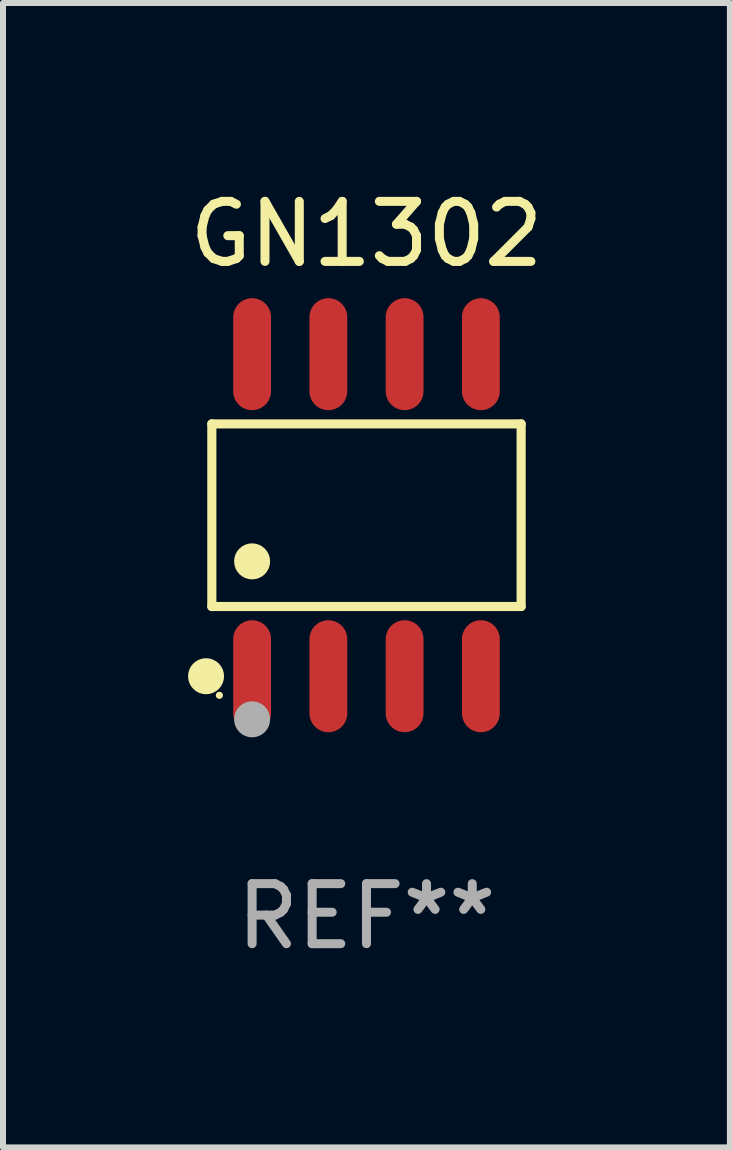
<source format=kicad_pcb>
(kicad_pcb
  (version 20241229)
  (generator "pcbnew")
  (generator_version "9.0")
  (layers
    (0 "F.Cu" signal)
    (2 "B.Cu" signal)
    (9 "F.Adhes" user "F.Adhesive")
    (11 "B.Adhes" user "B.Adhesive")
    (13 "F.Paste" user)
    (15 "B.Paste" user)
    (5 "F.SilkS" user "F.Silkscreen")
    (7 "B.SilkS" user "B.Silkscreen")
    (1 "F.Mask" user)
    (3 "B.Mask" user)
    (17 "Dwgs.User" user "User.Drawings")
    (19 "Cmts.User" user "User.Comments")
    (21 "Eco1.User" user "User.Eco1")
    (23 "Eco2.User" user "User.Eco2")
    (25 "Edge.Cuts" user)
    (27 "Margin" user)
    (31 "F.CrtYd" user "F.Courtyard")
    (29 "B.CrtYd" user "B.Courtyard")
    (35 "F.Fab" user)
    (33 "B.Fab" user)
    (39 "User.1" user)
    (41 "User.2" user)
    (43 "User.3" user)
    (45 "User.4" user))
  (footprint "GN1302"
    (layer "F.Cu")
    (at 3.054 5.531)
    (property "Reference" "GN1302" (at 0 -4.682 0) (layer "F.SilkS") (effects (font (size 1 1) (thickness 0.15))))
    (attr through_hole)
    (fp_line (start -2.576 -1.521) (end 2.576 -1.521) (stroke (width 0.152) (type solid)) (layer "F.SilkS"))
    (fp_line (start -2.576 1.521) (end -2.576 -1.521) (stroke (width 0.152) (type solid)) (layer "F.SilkS"))
    (fp_line (start 2.576 -1.521) (end 2.576 1.521) (stroke (width 0.152) (type solid)) (layer "F.SilkS"))
    (fp_line (start 2.576 1.521) (end -2.576 1.521) (stroke (width 0.152) (type solid)) (layer "F.SilkS"))
    (fp_circle (center -2.672 2.682) (end -2.522 2.682) (stroke (width 0.3) (type solid)) (fill no) (layer "F.SilkS"))
    (fp_circle (center -2.45 3) (end -2.42 3) (stroke (width 0.06) (type solid)) (fill no) (layer "F.SilkS"))
    (fp_circle (center -1.905 0.769) (end -1.755 0.769) (stroke (width 0.3) (type solid)) (fill no) (layer "F.SilkS"))
    (fp_circle (center -1.905 3.4) (end -1.755 3.4) (stroke (width 0.3) (type solid)) (fill no) (layer "F.Fab"))
    (fp_text user "REF**" (at 0 6.682 0) (layer "F.Fab") (effects (font (size 1 1) (thickness 0.15))))
    (pad "1" smd oval (at -1.905 2.682) (size 0.63 1.865) (layers "F.Cu" "F.Mask" "F.Paste"))
    (pad "2" smd oval (at -0.635 2.682) (size 0.63 1.865) (layers "F.Cu" "F.Mask" "F.Paste"))
    (pad "3" smd oval (at 0.635 2.682) (size 0.63 1.865) (layers "F.Cu" "F.Mask" "F.Paste"))
    (pad "4" smd oval (at 1.905 2.682) (size 0.63 1.865) (layers "F.Cu" "F.Mask" "F.Paste"))
    (pad "5" smd oval (at 1.905 -2.682) (size 0.63 1.865) (layers "F.Cu" "F.Mask" "F.Paste"))
    (pad "6" smd oval (at 0.635 -2.682) (size 0.63 1.865) (layers "F.Cu" "F.Mask" "F.Paste"))
    (pad "7" smd oval (at -0.635 -2.682) (size 0.63 1.865) (layers "F.Cu" "F.Mask" "F.Paste"))
    (pad "8" smd oval (at -1.905 -2.682) (size 0.63 1.865) (layers "F.Cu" "F.Mask" "F.Paste")))
  (gr_rect
    (start -3 -3)
    (end 9.107 16.061)
    (stroke (width 0.1) (type default))
    (fill no)
    (layer "Edge.Cuts")))
</source>
